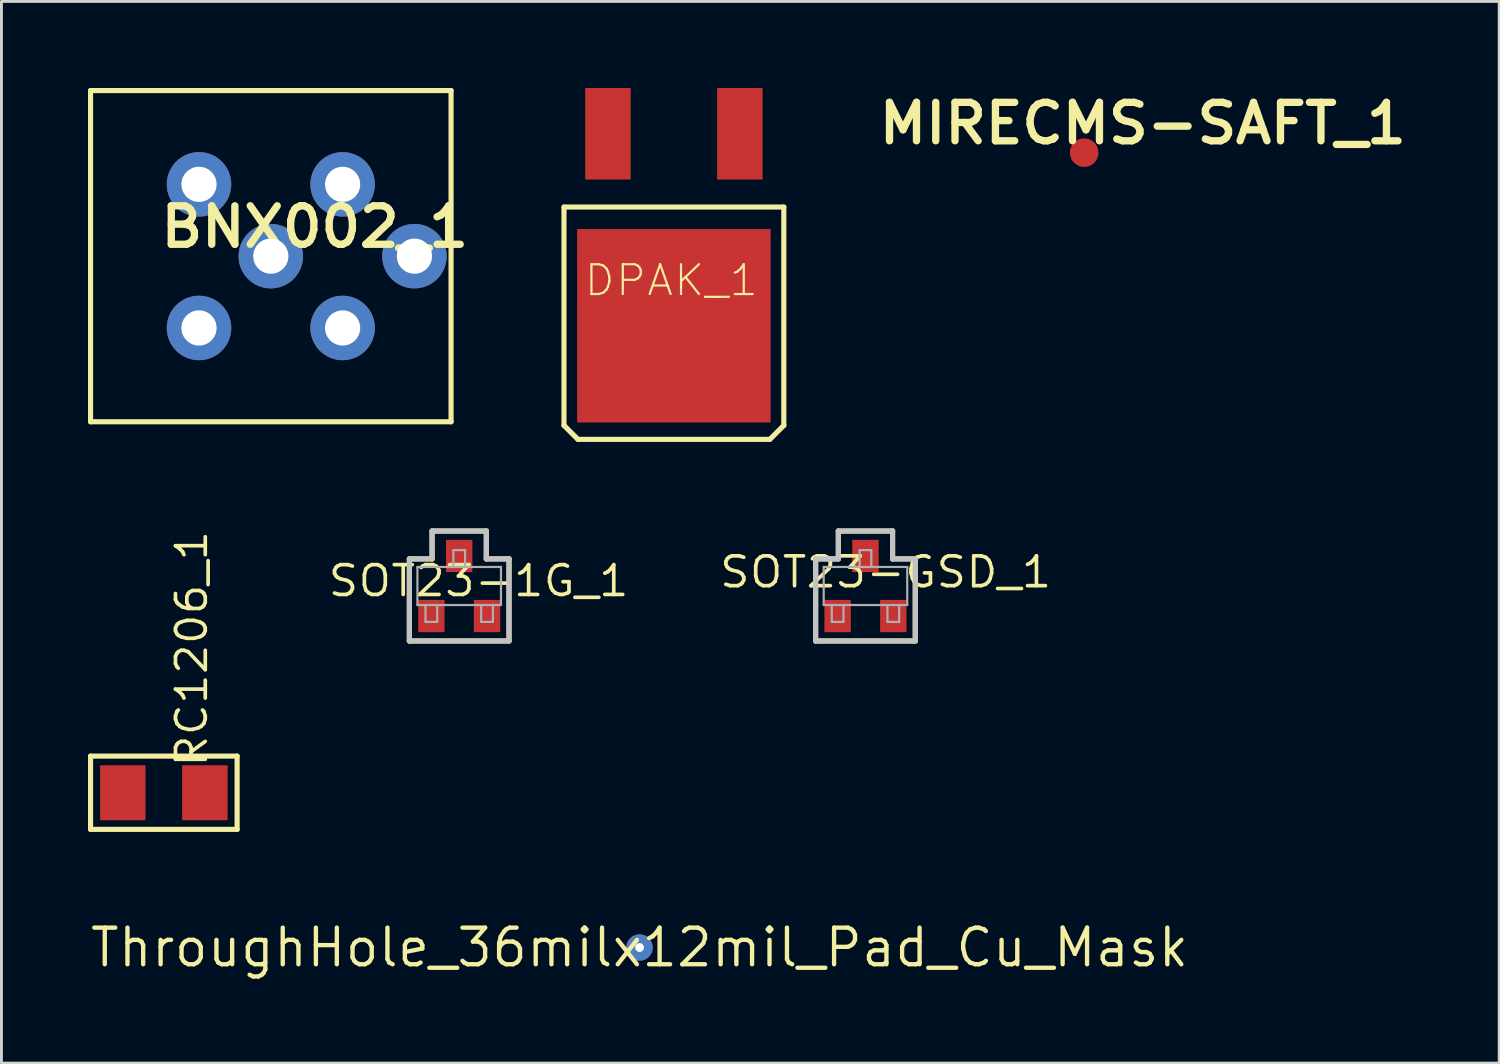
<source format=kicad_pcb>
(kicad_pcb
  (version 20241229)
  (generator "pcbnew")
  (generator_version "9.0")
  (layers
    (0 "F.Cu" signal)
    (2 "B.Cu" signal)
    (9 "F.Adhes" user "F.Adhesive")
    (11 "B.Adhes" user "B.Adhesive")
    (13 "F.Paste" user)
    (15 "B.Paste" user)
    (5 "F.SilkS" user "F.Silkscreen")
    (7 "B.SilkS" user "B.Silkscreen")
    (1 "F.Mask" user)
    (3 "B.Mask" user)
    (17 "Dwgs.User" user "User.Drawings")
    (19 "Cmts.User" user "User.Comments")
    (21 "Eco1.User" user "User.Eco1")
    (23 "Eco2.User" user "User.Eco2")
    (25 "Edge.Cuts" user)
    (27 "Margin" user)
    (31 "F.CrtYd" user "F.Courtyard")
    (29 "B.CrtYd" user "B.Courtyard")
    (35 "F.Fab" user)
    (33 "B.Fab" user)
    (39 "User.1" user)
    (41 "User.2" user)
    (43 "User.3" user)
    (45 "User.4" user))
  (footprint "SOT23-GSD_1"
    (layer "F.Cu")
    (at 26.949 17.262)
    (property "Reference" "SOT23-GSD_1" (at 0.699 -0.483 0) (unlocked yes) (layer "F.SilkS") (effects (font (size 1.033 1.087) (thickness 0.127))))
    (attr smd)
    (fp_line (start -1.727 -0.94) (end -0.94 -0.94) (stroke (width 0.178) (type solid)) (layer "F.SilkS"))
    (fp_line (start -1.727 1.905) (end -1.727 -0.94) (stroke (width 0.178) (type solid)) (layer "F.SilkS"))
    (fp_line (start -1.727 1.905) (end 1.727 1.905) (stroke (width 0.178) (type solid)) (layer "F.SilkS"))
    (fp_line (start -0.94 -1.905) (end 0.94 -1.905) (stroke (width 0.178) (type solid)) (layer "F.SilkS"))
    (fp_line (start -0.94 -0.94) (end -0.94 -1.905) (stroke (width 0.178) (type solid)) (layer "F.SilkS"))
    (fp_line (start 0.94 -0.94) (end 0.94 -1.905) (stroke (width 0.178) (type solid)) (layer "F.SilkS"))
    (fp_line (start 0.94 -0.94) (end 1.727 -0.94) (stroke (width 0.178) (type solid)) (layer "F.SilkS"))
    (fp_line (start 1.727 1.905) (end 1.727 -0.94) (stroke (width 0.178) (type solid)) (layer "F.SilkS"))
    (fp_line (start -1.727 -0.94) (end -0.94 -0.94) (stroke (width 0.178) (type solid)) (layer "Dwgs.User"))
    (fp_line (start -1.727 1.905) (end -1.727 -0.94) (stroke (width 0.178) (type solid)) (layer "Dwgs.User"))
    (fp_line (start -1.727 1.905) (end 1.727 1.905) (stroke (width 0.178) (type solid)) (layer "Dwgs.User"))
    (fp_line (start -0.94 -1.905) (end 0.94 -1.905) (stroke (width 0.178) (type solid)) (layer "Dwgs.User"))
    (fp_line (start -0.94 -0.94) (end -0.94 -1.905) (stroke (width 0.178) (type solid)) (layer "Dwgs.User"))
    (fp_line (start 0.94 -0.94) (end 0.94 -1.905) (stroke (width 0.178) (type solid)) (layer "Dwgs.User"))
    (fp_line (start 0.94 -0.94) (end 1.727 -0.94) (stroke (width 0.178) (type solid)) (layer "Dwgs.User"))
    (fp_line (start 1.727 1.905) (end 1.727 -0.94) (stroke (width 0.178) (type solid)) (layer "Dwgs.User"))
    (fp_line (start -1.448 -0.66) (end 1.448 -0.66) (stroke (width 0.076) (type solid)) (layer "F.Fab"))
    (fp_line (start -1.448 0.66) (end -1.448 -0.66) (stroke (width 0.076) (type solid)) (layer "F.Fab"))
    (fp_line (start -1.448 0.66) (end 1.448 0.66) (stroke (width 0.076) (type solid)) (layer "F.Fab"))
    (fp_line (start -1.168 1.245) (end -1.168 0.66) (stroke (width 0.076) (type solid)) (layer "F.Fab"))
    (fp_line (start -1.168 1.245) (end -0.762 1.245) (stroke (width 0.076) (type solid)) (layer "F.Fab"))
    (fp_line (start -0.762 1.245) (end -0.762 0.66) (stroke (width 0.076) (type solid)) (layer "F.Fab"))
    (fp_line (start -0.203 -1.245) (end 0.203 -1.245) (stroke (width 0.076) (type solid)) (layer "F.Fab"))
    (fp_line (start -0.203 -0.66) (end -0.203 -1.245) (stroke (width 0.076) (type solid)) (layer "F.Fab"))
    (fp_line (start 0.203 -0.66) (end 0.203 -1.245) (stroke (width 0.076) (type solid)) (layer "F.Fab"))
    (fp_line (start 0.762 1.245) (end 0.762 0.66) (stroke (width 0.076) (type solid)) (layer "F.Fab"))
    (fp_line (start 0.762 1.245) (end 1.168 1.245) (stroke (width 0.076) (type solid)) (layer "F.Fab"))
    (fp_line (start 1.168 1.245) (end 1.168 0.66) (stroke (width 0.076) (type solid)) (layer "F.Fab"))
    (fp_line (start 1.448 0.66) (end 1.448 -0.66) (stroke (width 0.076) (type solid)) (layer "F.Fab"))
    (pad "D" smd rect (at 0 -1.041) (size 0.914 1.118) (layers "F.Cu" "F.Mask" "F.Paste"))
    (pad "G" smd rect (at -0.965 1.041) (size 0.914 1.118) (layers "F.Cu" "F.Mask" "F.Paste"))
    (pad "S" smd rect (at 0.965 1.041) (size 0.914 1.118) (layers "F.Cu" "F.Mask" "F.Paste")))
  (footprint "DPAK_1"
    (layer "F.Cu")
    (at 20.309 6.464)
    (property "Reference" "DPAK_1" (at -0.089 0.203 0) (unlocked yes) (layer "F.SilkS") (effects (font (size 1.033 1.087) (thickness 0.076))))
    (attr smd)
    (fp_line (start -3.81 -2.337) (end -3.81 5.232) (stroke (width 0.178) (type solid)) (layer "F.SilkS"))
    (fp_line (start -3.327 5.715) (end -3.81 5.232) (stroke (width 0.178) (type solid)) (layer "F.SilkS"))
    (fp_line (start 3.327 5.715) (end -3.327 5.715) (stroke (width 0.178) (type solid)) (layer "F.SilkS"))
    (fp_line (start 3.81 -2.337) (end -3.81 -2.337) (stroke (width 0.178) (type solid)) (layer "F.SilkS"))
    (fp_line (start 3.81 -2.337) (end 3.81 5.232) (stroke (width 0.178) (type solid)) (layer "F.SilkS"))
    (fp_line (start 3.81 5.232) (end 3.327 5.715) (stroke (width 0.178) (type solid)) (layer "F.SilkS"))
    (pad "1" smd rect (at 2.286 -4.877) (size 1.575 3.175) (layers "F.Cu" "F.Mask" "F.Paste"))
    (pad "2" smd rect (at 0 1.778) (size 6.706 6.706) (layers "F.Cu" "F.Mask" "F.Paste"))
    (pad "3" smd rect (at -2.286 -4.877) (size 1.575 3.175) (layers "F.Cu" "F.Mask" "F.Paste")))
  (footprint "BNX002_1"
    (layer "F.Cu")
    (at 6.337 5.829)
    (property "Reference" "BNX002_1" (at 1.524 -1.016 0) (unlocked yes) (layer "F.SilkS") (effects (font (size 1.333 1.402) (thickness 0.254))))
    (attr smd)
    (fp_line (start -6.248 -5.74) (end 6.248 -5.74) (stroke (width 0.178) (type solid)) (layer "F.SilkS"))
    (fp_line (start -6.248 5.74) (end -6.248 -5.74) (stroke (width 0.178) (type solid)) (layer "F.SilkS"))
    (fp_line (start -6.248 5.74) (end 6.248 5.74) (stroke (width 0.178) (type solid)) (layer "F.SilkS"))
    (fp_line (start 6.248 5.74) (end 6.248 -5.74) (stroke (width 0.178) (type solid)) (layer "F.SilkS"))
    (pad "B" thru_hole circle (at 2.489 -2.489) (size 2.235 2.235) (drill 1.219) (layers "*.Cu" "*.Mask"))
    (pad "CB" thru_hole circle (at 2.489 2.489) (size 2.235 2.235) (drill 1.219) (layers "*.Cu" "*.Mask"))
    (pad "CG1" thru_hole circle (at -2.489 2.489) (size 2.235 2.235) (drill 1.219) (layers "*.Cu" "*.Mask"))
    (pad "CG2" thru_hole circle (at 0 0) (size 2.235 2.235) (drill 1.219) (layers "*.Cu" "*.Mask"))
    (pad "CG3" thru_hole circle (at 4.978 0) (size 2.235 2.235) (drill 1.219) (layers "*.Cu" "*.Mask"))
    (pad "PSG" thru_hole circle (at -2.489 -2.489) (size 2.235 2.235) (drill 1.219) (layers "*.Cu" "*.Mask")))
  (footprint "ThroughHole_36milx12mil_Pad_Cu_Mask"
    (layer "F.Cu")
    (at 19.118 29.794)
    (property "Reference" "ThroughHole_36milx12mil_Pad_Cu_Mask" (at 0 0 0) (layer "F.SilkS") (effects (font (size 1.27 1.27) (thickness 0.15))))
    (attr through_hole)
    (pad "" thru_hole circle (at 0 0) (size 0.914 0.914) (drill 0.305) (layers "*.Cu" "*.Mask")))
  (footprint "SOT23-1G_1"
    (layer "F.Cu")
    (at 12.867 17.262)
    (property "Reference" "SOT23-1G_1" (at 0.673 -0.178 0) (unlocked yes) (layer "F.SilkS") (effects (font (size 1.033 1.087) (thickness 0.127))))
    (attr smd)
    (fp_line (start -1.727 -0.94) (end -0.94 -0.94) (stroke (width 0.178) (type solid)) (layer "F.SilkS"))
    (fp_line (start -1.727 1.905) (end -1.727 -0.94) (stroke (width 0.178) (type solid)) (layer "F.SilkS"))
    (fp_line (start -1.727 1.905) (end 1.727 1.905) (stroke (width 0.178) (type solid)) (layer "F.SilkS"))
    (fp_line (start -0.94 -1.905) (end 0.94 -1.905) (stroke (width 0.178) (type solid)) (layer "F.SilkS"))
    (fp_line (start -0.94 -0.94) (end -0.94 -1.905) (stroke (width 0.178) (type solid)) (layer "F.SilkS"))
    (fp_line (start 0.94 -0.94) (end 0.94 -1.905) (stroke (width 0.178) (type solid)) (layer "F.SilkS"))
    (fp_line (start 0.94 -0.94) (end 1.727 -0.94) (stroke (width 0.178) (type solid)) (layer "F.SilkS"))
    (fp_line (start 1.727 1.905) (end 1.727 -0.94) (stroke (width 0.178) (type solid)) (layer "F.SilkS"))
    (fp_line (start -1.727 -0.94) (end -0.94 -0.94) (stroke (width 0.178) (type solid)) (layer "Dwgs.User"))
    (fp_line (start -1.727 1.905) (end -1.727 -0.94) (stroke (width 0.178) (type solid)) (layer "Dwgs.User"))
    (fp_line (start -1.727 1.905) (end 1.727 1.905) (stroke (width 0.178) (type solid)) (layer "Dwgs.User"))
    (fp_line (start -0.94 -1.905) (end 0.94 -1.905) (stroke (width 0.178) (type solid)) (layer "Dwgs.User"))
    (fp_line (start -0.94 -0.94) (end -0.94 -1.905) (stroke (width 0.178) (type solid)) (layer "Dwgs.User"))
    (fp_line (start 0.94 -0.94) (end 0.94 -1.905) (stroke (width 0.178) (type solid)) (layer "Dwgs.User"))
    (fp_line (start 0.94 -0.94) (end 1.727 -0.94) (stroke (width 0.178) (type solid)) (layer "Dwgs.User"))
    (fp_line (start 1.727 1.905) (end 1.727 -0.94) (stroke (width 0.178) (type solid)) (layer "Dwgs.User"))
    (fp_line (start -1.448 -0.66) (end 1.448 -0.66) (stroke (width 0.076) (type solid)) (layer "F.Fab"))
    (fp_line (start -1.448 0.66) (end -1.448 -0.66) (stroke (width 0.076) (type solid)) (layer "F.Fab"))
    (fp_line (start -1.448 0.66) (end 1.448 0.66) (stroke (width 0.076) (type solid)) (layer "F.Fab"))
    (fp_line (start -1.168 1.245) (end -1.168 0.66) (stroke (width 0.076) (type solid)) (layer "F.Fab"))
    (fp_line (start -1.168 1.245) (end -0.762 1.245) (stroke (width 0.076) (type solid)) (layer "F.Fab"))
    (fp_line (start -0.762 1.245) (end -0.762 0.66) (stroke (width 0.076) (type solid)) (layer "F.Fab"))
    (fp_line (start -0.203 -1.245) (end 0.203 -1.245) (stroke (width 0.076) (type solid)) (layer "F.Fab"))
    (fp_line (start -0.203 -0.66) (end -0.203 -1.245) (stroke (width 0.076) (type solid)) (layer "F.Fab"))
    (fp_line (start 0.203 -0.66) (end 0.203 -1.245) (stroke (width 0.076) (type solid)) (layer "F.Fab"))
    (fp_line (start 0.762 1.245) (end 0.762 0.66) (stroke (width 0.076) (type solid)) (layer "F.Fab"))
    (fp_line (start 0.762 1.245) (end 1.168 1.245) (stroke (width 0.076) (type solid)) (layer "F.Fab"))
    (fp_line (start 1.168 1.245) (end 1.168 0.66) (stroke (width 0.076) (type solid)) (layer "F.Fab"))
    (fp_line (start 1.448 0.66) (end 1.448 -0.66) (stroke (width 0.076) (type solid)) (layer "F.Fab"))
    (pad "1" smd rect (at -0.965 1.041) (size 0.914 1.118) (layers "F.Cu" "F.Mask" "F.Paste"))
    (pad "2" smd rect (at 0.965 1.041) (size 0.914 1.118) (layers "F.Cu" "F.Mask" "F.Paste"))
    (pad "3" smd rect (at 0 -1.041) (size 0.914 1.118) (layers "F.Cu" "F.Mask" "F.Paste")))
  (footprint "RC1206_1"
    (layer "F.Cu")
    (at 2.629 24.429)
    (property "Reference" "RC1206_1" (at 0.965 -4.991 90) (unlocked yes) (layer "F.SilkS") (effects (font (size 1.033 1.087) (thickness 0.127))))
    (attr smd)
    (fp_line (start -2.54 -1.27) (end 2.54 -1.27) (stroke (width 0.178) (type solid)) (layer "F.SilkS"))
    (fp_line (start -2.54 1.27) (end -2.54 -1.27) (stroke (width 0.178) (type solid)) (layer "F.SilkS"))
    (fp_line (start -2.54 1.27) (end 2.54 1.27) (stroke (width 0.178) (type solid)) (layer "F.SilkS"))
    (fp_line (start 2.54 1.27) (end 2.54 -1.27) (stroke (width 0.178) (type solid)) (layer "F.SilkS"))
    (pad "1" smd rect (at -1.422 0) (size 1.575 1.905) (layers "F.Cu" "F.Mask" "F.Paste"))
    (pad "2" smd rect (at 1.422 0) (size 1.575 1.905) (layers "F.Cu" "F.Mask" "F.Paste")))
  (footprint "MIRECMS-SAFT_1"
    (layer "F.Cu")
    (at 34.53 2.242)
    (property "Reference" "MIRECMS-SAFT_1" (at 2.032 -1.016 0) (unlocked yes) (layer "F.SilkS") (effects (font (size 1.333 1.402) (thickness 0.254))))
    (attr smd)
    (pad "1" smd circle (at 0 0) (size 0.991 0.991) (layers "F.Cu" "F.Mask" "F.Paste")))
  (gr_rect
    (start -3 -3)
    (end 48.916 33.8)
    (stroke (width 0.1) (type default))
    (fill no)
    (layer "Edge.Cuts")))
</source>
